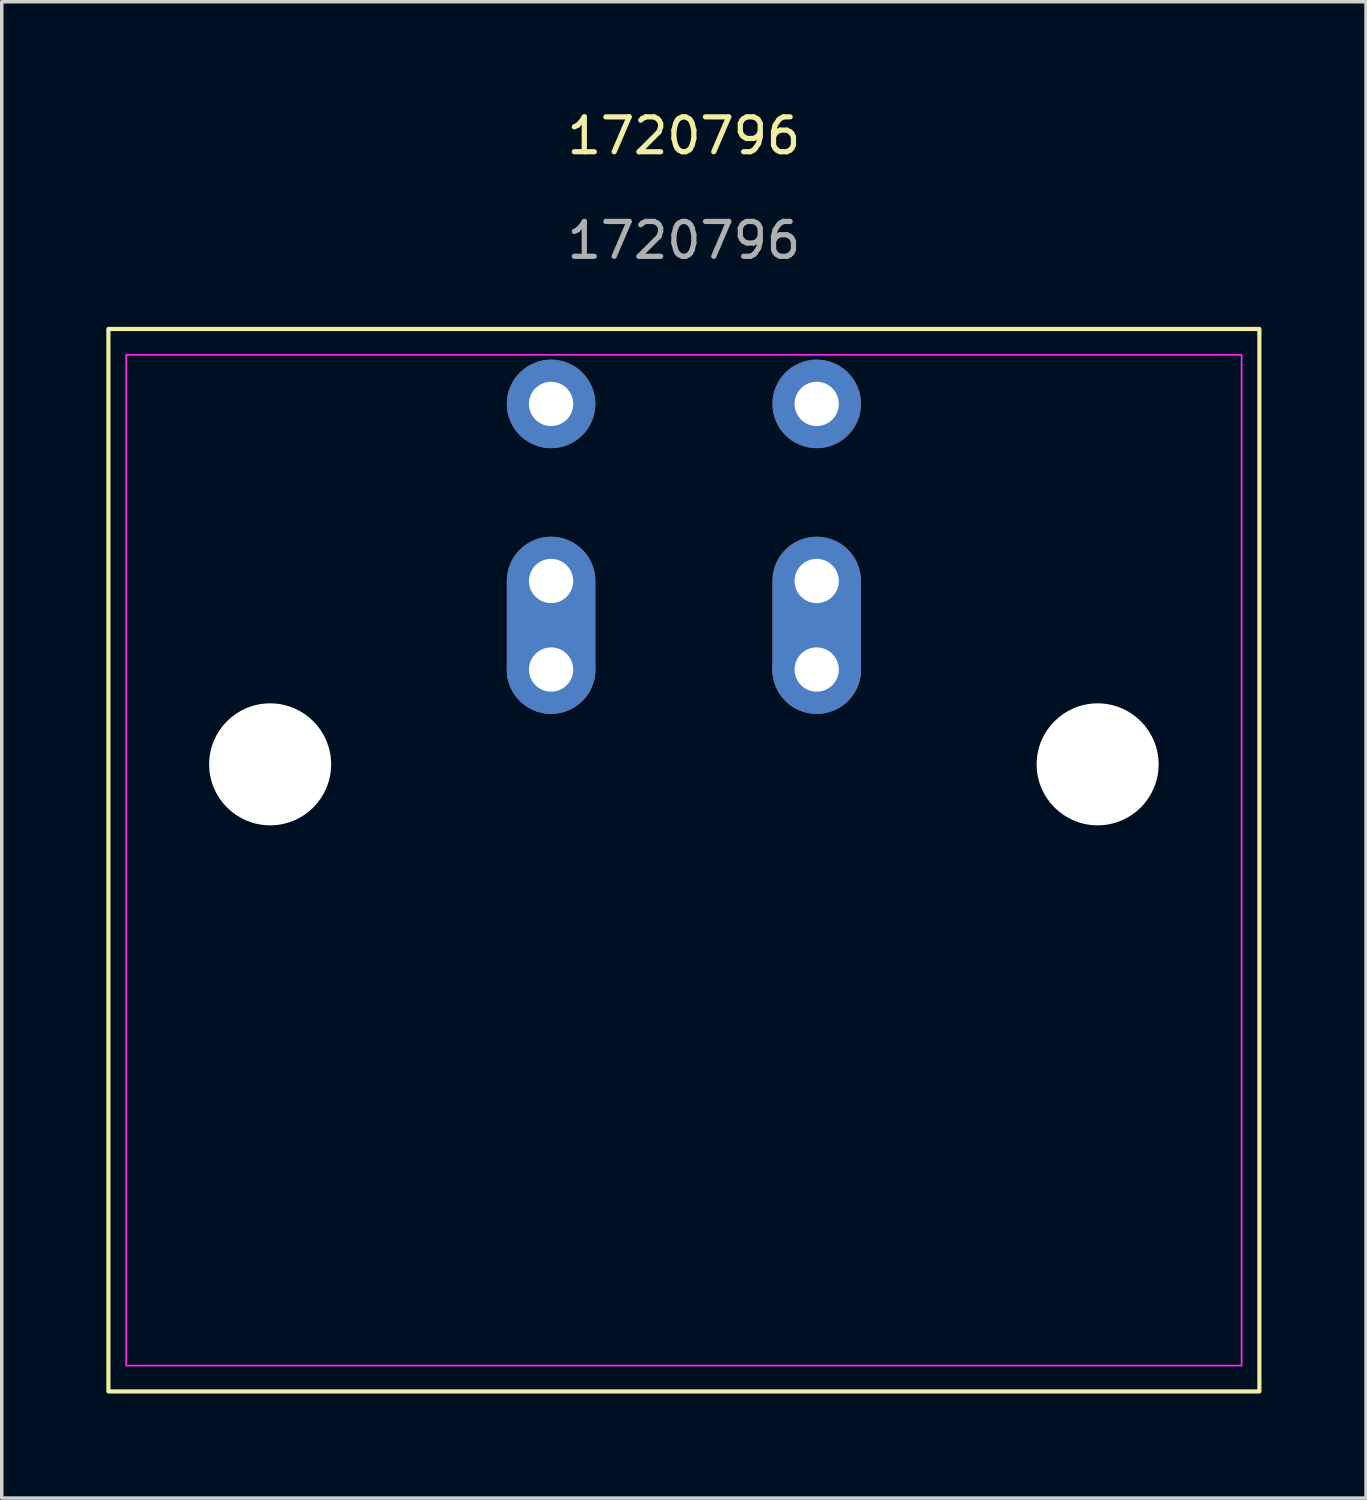
<source format=kicad_pcb>
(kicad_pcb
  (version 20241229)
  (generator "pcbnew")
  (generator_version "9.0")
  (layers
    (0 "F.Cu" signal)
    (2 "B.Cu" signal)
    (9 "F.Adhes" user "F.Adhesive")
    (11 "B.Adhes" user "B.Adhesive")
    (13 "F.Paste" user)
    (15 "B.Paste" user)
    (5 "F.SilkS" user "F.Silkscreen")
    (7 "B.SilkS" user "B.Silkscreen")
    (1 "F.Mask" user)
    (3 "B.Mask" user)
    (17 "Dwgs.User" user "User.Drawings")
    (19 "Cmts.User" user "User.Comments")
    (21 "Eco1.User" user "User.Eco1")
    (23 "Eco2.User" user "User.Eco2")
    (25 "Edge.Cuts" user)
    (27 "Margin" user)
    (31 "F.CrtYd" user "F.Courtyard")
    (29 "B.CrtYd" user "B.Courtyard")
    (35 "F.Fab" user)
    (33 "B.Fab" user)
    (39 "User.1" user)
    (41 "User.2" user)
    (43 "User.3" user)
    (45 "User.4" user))
  (footprint "1720796"
    (layer "F.Cu")
    (at 16.57 21.628)
    (property "Reference" "1720796" (at 0 -20.78 0) (unlocked yes) (layer "F.SilkS") (effects (font (size 1 1) (thickness 0.15))))
    (attr through_hole)
    (fp_rect (start -16.51 -15.24) (end 16.51 15.24) (stroke (width 0.12) (type default)) (fill no) (layer "F.SilkS"))
    (fp_rect (start -16 -14.5) (end 16 14.5) (stroke (width 0.05) (type default)) (fill no) (layer "F.CrtYd"))
    (fp_text user "${REFERENCE}" (at 0 -17.78 0) (unlocked yes) (layer "F.Fab") (effects (font (size 1 1) (thickness 0.15))))
    (pad "" np_thru_hole circle (at -11.87 -2.75) (size 3.5 3.5) (drill 3.5) (layers "*.Cu" "*.Mask"))
    (pad "" np_thru_hole circle (at 11.87 -2.75) (size 3.5 3.5) (drill 3.5) (layers "*.Cu" "*.Mask"))
    (pad "1" thru_hole circle (at -3.81 -13.09) (size 2.54 2.54) (drill 1.27) (layers "*.Cu" "*.Mask"))
    (pad "1" thru_hole oval (at -3.81 -8.01) (size 2.54 5.08) (drill 1.27 (offset 0 1.27)) (layers "*.Cu" "*.Mask"))
    (pad "1" thru_hole circle (at -3.81 -5.47) (size 2.54 2.54) (drill 1.27) (layers "*.Cu" "*.Mask"))
    (pad "2" thru_hole circle (at 3.81 -13.09) (size 2.54 2.54) (drill 1.27) (layers "*.Cu" "*.Mask"))
    (pad "2" thru_hole oval (at 3.81 -8.01) (size 2.54 5.08) (drill 1.27 (offset 0 1.27)) (layers "*.Cu" "*.Mask"))
    (pad "2" thru_hole circle (at 3.81 -5.47) (size 2.54 2.54) (drill 1.27) (layers "*.Cu" "*.Mask")))
  (gr_rect
    (start -3 -3)
    (end 36.14 39.928)
    (stroke (width 0.1) (type default))
    (fill no)
    (layer "Edge.Cuts")))
</source>
